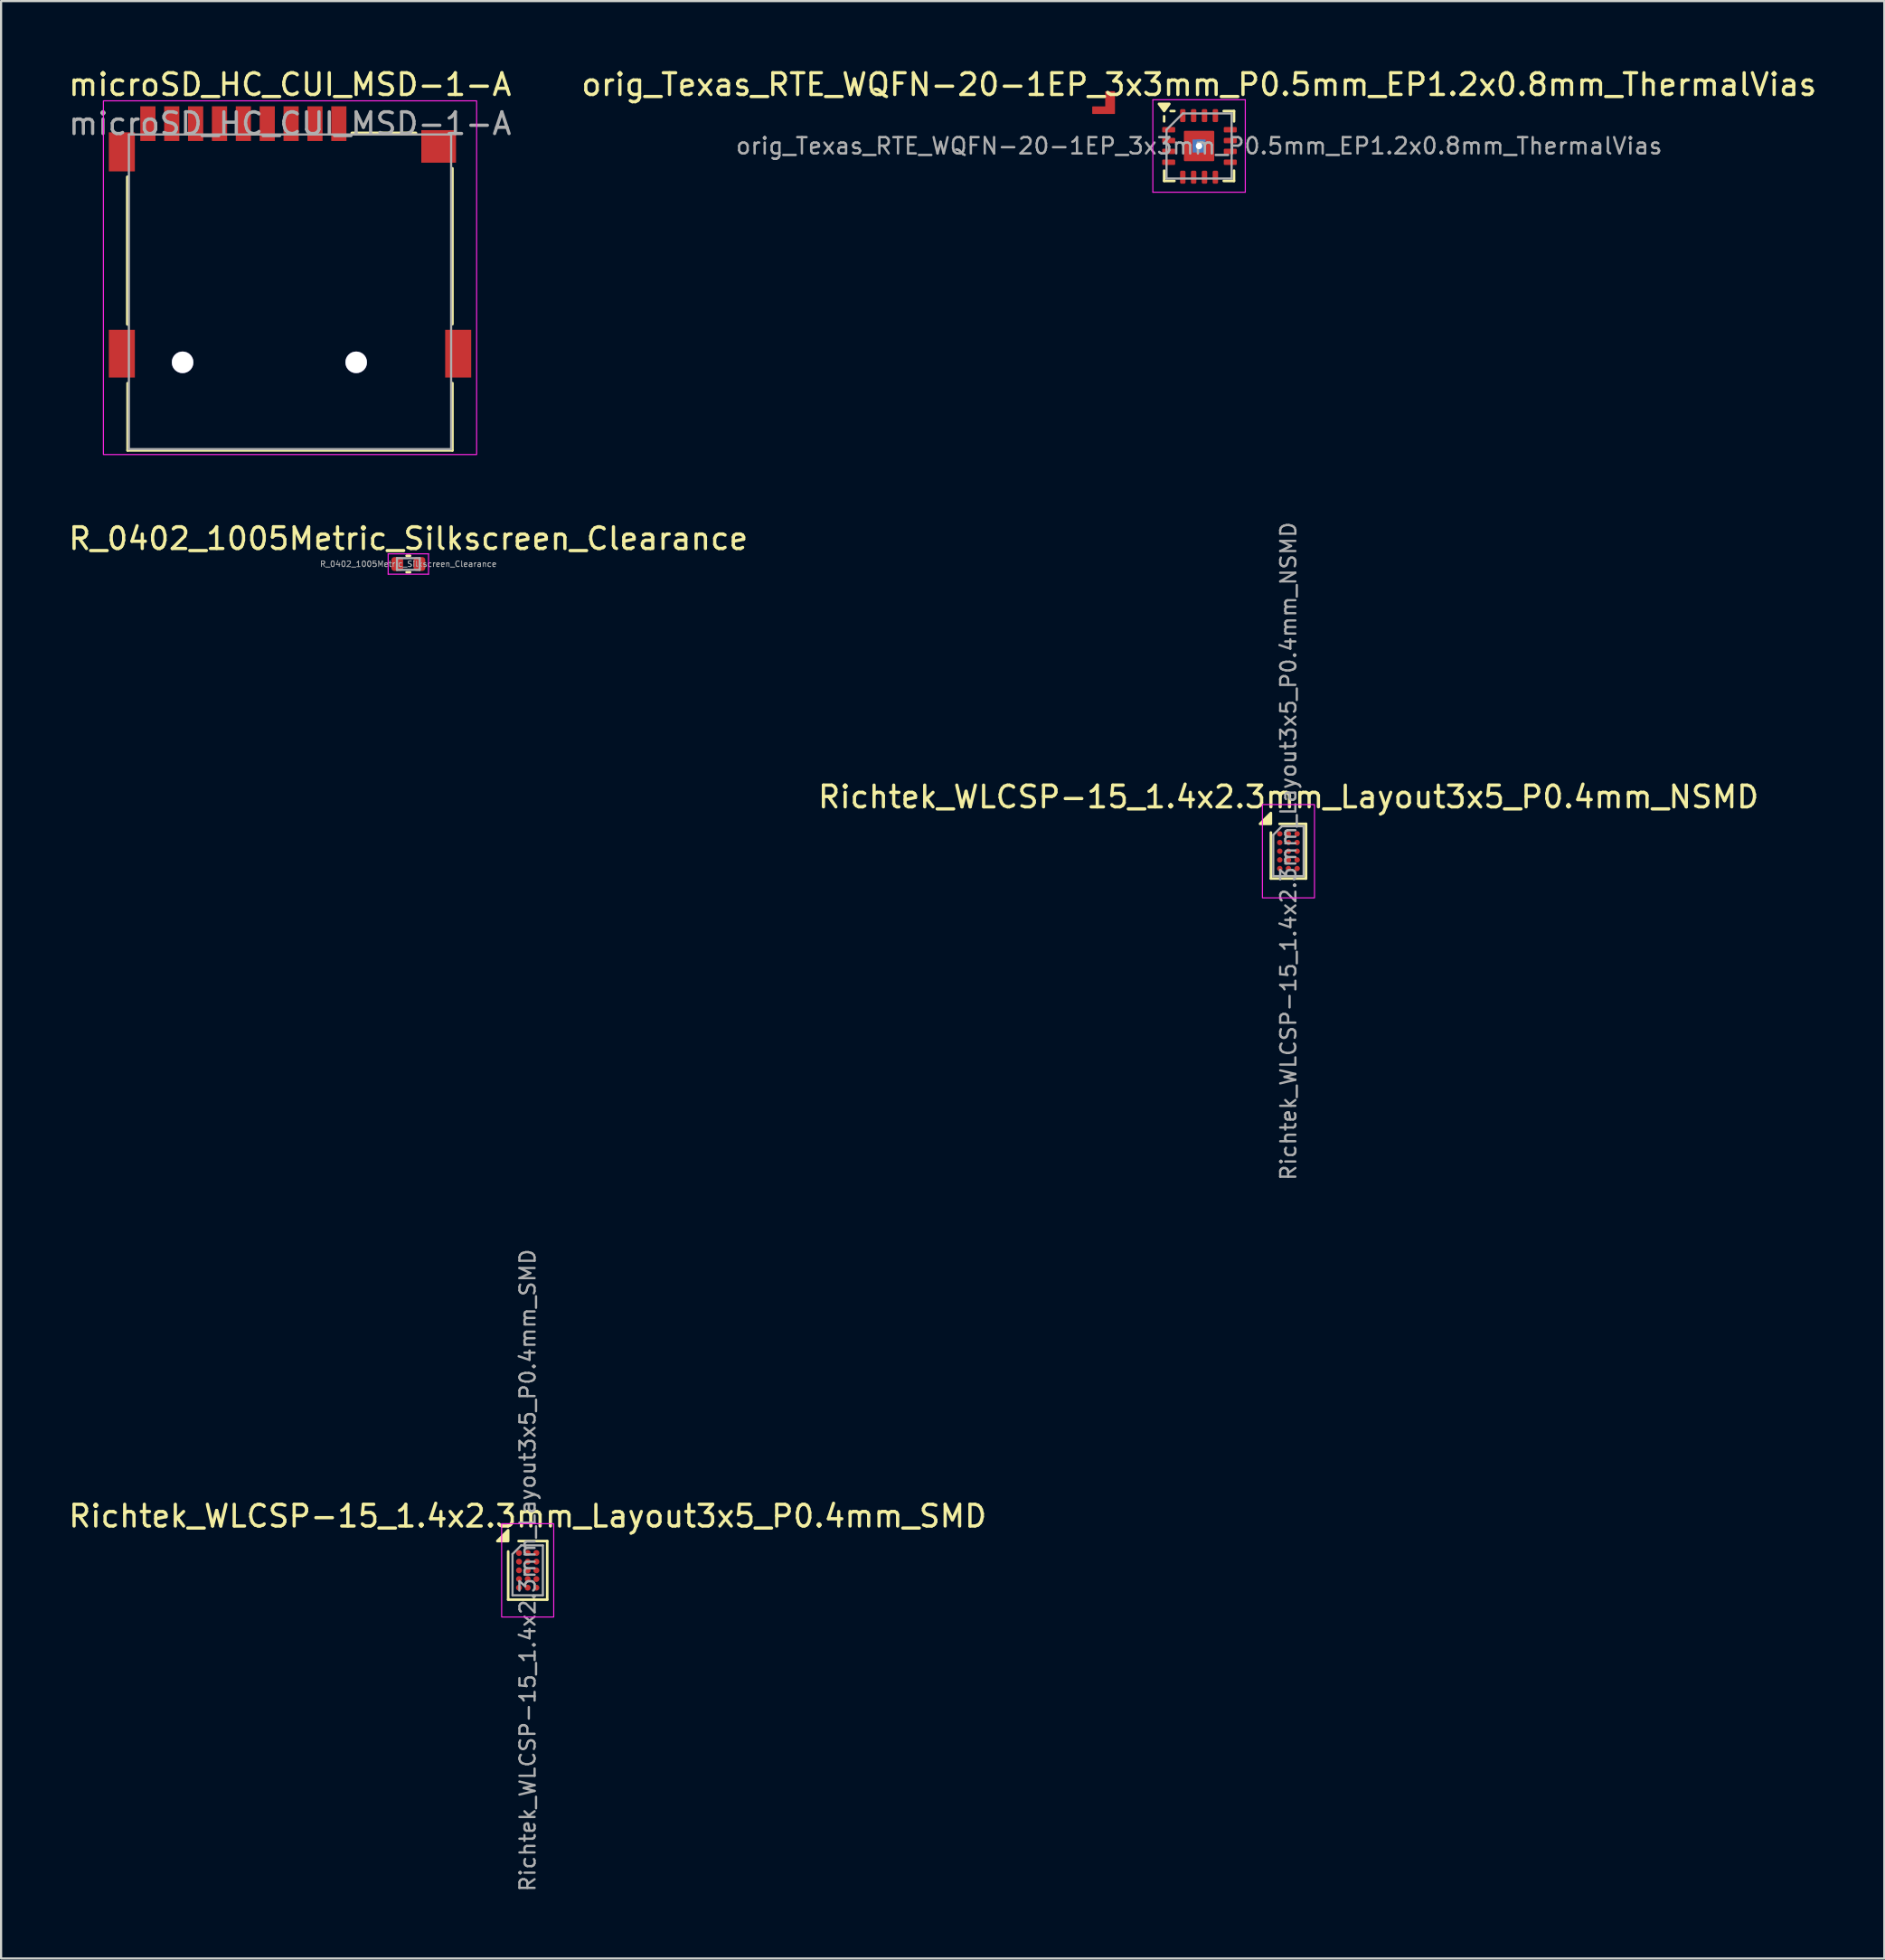
<source format=kicad_pcb>
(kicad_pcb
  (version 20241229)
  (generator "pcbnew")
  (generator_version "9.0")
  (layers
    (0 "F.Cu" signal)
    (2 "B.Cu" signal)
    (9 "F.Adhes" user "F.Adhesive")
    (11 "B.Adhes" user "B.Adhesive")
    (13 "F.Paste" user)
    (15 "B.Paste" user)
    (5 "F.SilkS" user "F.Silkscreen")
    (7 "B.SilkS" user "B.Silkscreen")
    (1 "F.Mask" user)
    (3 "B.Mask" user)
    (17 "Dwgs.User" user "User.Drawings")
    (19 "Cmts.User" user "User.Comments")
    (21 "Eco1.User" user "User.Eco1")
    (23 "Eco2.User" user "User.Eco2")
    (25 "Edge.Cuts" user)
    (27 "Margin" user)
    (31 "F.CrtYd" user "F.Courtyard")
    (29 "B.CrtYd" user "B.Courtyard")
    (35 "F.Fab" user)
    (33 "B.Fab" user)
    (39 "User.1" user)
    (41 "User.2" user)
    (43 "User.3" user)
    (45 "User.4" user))
  (footprint "Richtek_WLCSP-15_1.4x2.3mm_Layout3x5_P0.4mm_NSMD"
    (layer "F.Cu")
    (at 56.327 36.177)
    (property "Reference" "Richtek_WLCSP-15_1.4x2.3mm_Layout3x5_P0.4mm_NSMD" (at 0 -2.5 0) (layer "F.SilkS") (effects (font (size 1 1) (thickness 0.15))))
    (attr smd)
    (fp_line (start -0.81 1.26) (end -0.81 -0.86) (stroke (width 0.12) (type solid)) (layer "F.SilkS"))
    (fp_line (start -0.81 1.26) (end 0.81 1.26) (stroke (width 0.12) (type solid)) (layer "F.SilkS"))
    (fp_line (start -0.41 -1.26) (end 0.81 -1.26) (stroke (width 0.12) (type solid)) (layer "F.SilkS"))
    (fp_line (start 0.81 -1.26) (end 0.81 1.26) (stroke (width 0.12) (type solid)) (layer "F.SilkS"))
    (fp_poly (pts (xy -0.81 -1.26) (xy -1.31 -1.26) (xy -0.81 -1.76) (xy -0.81 -1.26)) (stroke (width 0.12) (type solid)) (fill yes) (layer "F.SilkS"))
    (fp_rect (start -1.2 -2.15) (end 1.2 2.15) (stroke (width 0.05) (type default)) (fill no) (layer "F.CrtYd"))
    (fp_line (start -0.7 -0.75) (end -0.3 -1.15) (stroke (width 0.1) (type solid)) (layer "F.Fab"))
    (fp_line (start -0.7 1.15) (end -0.7 -0.75) (stroke (width 0.1) (type solid)) (layer "F.Fab"))
    (fp_line (start -0.7 1.15) (end 0.7 1.15) (stroke (width 0.1) (type solid)) (layer "F.Fab"))
    (fp_line (start -0.3 -1.15) (end 0.7 -1.15) (stroke (width 0.1) (type solid)) (layer "F.Fab"))
    (fp_line (start 0.7 -1.15) (end 0.7 1.15) (stroke (width 0.1) (type solid)) (layer "F.Fab"))
    (fp_text user "${REFERENCE}" (at 0 0 270) (layer "F.Fab") (effects (font (size 0.7 0.7) (thickness 0.105))))
    (pad "A1" smd circle (at -0.4 -0.8) (size 0.25 0.25) (property pad_prop_bga) (layers "F.Cu" "F.Mask" "F.Paste"))
    (pad "A2" smd circle (at 0 -0.8) (size 0.25 0.25) (property pad_prop_bga) (layers "F.Cu" "F.Mask" "F.Paste"))
    (pad "A3" smd circle (at 0.4 -0.8) (size 0.25 0.25) (property pad_prop_bga) (layers "F.Cu" "F.Mask" "F.Paste"))
    (pad "B1" smd circle (at -0.4 -0.4) (size 0.25 0.25) (property pad_prop_bga) (layers "F.Cu" "F.Mask" "F.Paste"))
    (pad "B2" smd circle (at 0 -0.4) (size 0.25 0.25) (property pad_prop_bga) (layers "F.Cu" "F.Mask" "F.Paste"))
    (pad "B3" smd circle (at 0.4 -0.4) (size 0.25 0.25) (property pad_prop_bga) (layers "F.Cu" "F.Mask" "F.Paste"))
    (pad "C1" smd circle (at -0.4 0) (size 0.25 0.25) (property pad_prop_bga) (layers "F.Cu" "F.Mask" "F.Paste"))
    (pad "C2" smd circle (at 0 0) (size 0.25 0.25) (property pad_prop_bga) (layers "F.Cu" "F.Mask" "F.Paste"))
    (pad "C3" smd circle (at 0.4 0) (size 0.25 0.25) (property pad_prop_bga) (layers "F.Cu" "F.Mask" "F.Paste"))
    (pad "D1" smd circle (at -0.4 0.4) (size 0.25 0.25) (property pad_prop_bga) (layers "F.Cu" "F.Mask" "F.Paste"))
    (pad "D2" smd circle (at 0 0.4) (size 0.25 0.25) (property pad_prop_bga) (layers "F.Cu" "F.Mask" "F.Paste"))
    (pad "D3" smd circle (at 0.4 0.4) (size 0.25 0.25) (property pad_prop_bga) (layers "F.Cu" "F.Mask" "F.Paste"))
    (pad "E1" smd circle (at -0.4 0.8) (size 0.25 0.25) (property pad_prop_bga) (layers "F.Cu" "F.Mask" "F.Paste"))
    (pad "E2" smd circle (at 0 0.8) (size 0.25 0.25) (property pad_prop_bga) (layers "F.Cu" "F.Mask" "F.Paste"))
    (pad "E3" smd circle (at 0.4 0.8) (size 0.25 0.25) (property pad_prop_bga) (layers "F.Cu" "F.Mask" "F.Paste")))
  (footprint "Richtek_WLCSP-15_1.4x2.3mm_Layout3x5_P0.4mm_SMD"
    (layer "F.Cu")
    (at 21.268 69.319)
    (property "Reference" "Richtek_WLCSP-15_1.4x2.3mm_Layout3x5_P0.4mm_SMD" (at 0 -2.5 0) (layer "F.SilkS") (effects (font (size 1 1) (thickness 0.15))))
    (attr smd)
    (fp_line (start -0.9 1.35) (end -0.9 -0.87) (stroke (width 0.12) (type solid)) (layer "F.SilkS"))
    (fp_line (start -0.9 1.35) (end 0.9 1.35) (stroke (width 0.12) (type solid)) (layer "F.SilkS"))
    (fp_line (start -0.42 -1.35) (end 0.9 -1.35) (stroke (width 0.12) (type solid)) (layer "F.SilkS"))
    (fp_line (start 0.9 -1.35) (end 0.9 1.35) (stroke (width 0.12) (type solid)) (layer "F.SilkS"))
    (fp_poly (pts (xy -0.9 -1.35) (xy -1.4 -1.35) (xy -0.9 -1.85) (xy -0.9 -1.35)) (stroke (width 0.12) (type solid)) (fill yes) (layer "F.SilkS"))
    (fp_rect (start -1.2 -2.15) (end 1.2 2.15) (stroke (width 0.05) (type default)) (fill no) (layer "F.CrtYd"))
    (fp_line (start -0.7 -0.75) (end -0.3 -1.15) (stroke (width 0.1) (type solid)) (layer "F.Fab"))
    (fp_line (start -0.7 1.15) (end -0.7 -0.75) (stroke (width 0.1) (type solid)) (layer "F.Fab"))
    (fp_line (start -0.7 1.15) (end 0.7 1.15) (stroke (width 0.1) (type solid)) (layer "F.Fab"))
    (fp_line (start -0.3 -1.15) (end 0.7 -1.15) (stroke (width 0.1) (type solid)) (layer "F.Fab"))
    (fp_line (start 0.7 -1.15) (end 0.7 1.15) (stroke (width 0.1) (type solid)) (layer "F.Fab"))
    (fp_text user "${REFERENCE}" (at 0 0 270) (layer "F.Fab") (effects (font (size 0.7 0.7) (thickness 0.105))))
    (pad "A1" smd circle (at -0.4 -0.8) (size 0.275 0.275) (property pad_prop_bga) (layers "F.Cu" "F.Mask" "F.Paste"))
    (pad "A2" smd circle (at 0 -0.8) (size 0.275 0.275) (property pad_prop_bga) (layers "F.Cu" "F.Mask" "F.Paste"))
    (pad "A3" smd circle (at 0.4 -0.8) (size 0.275 0.275) (property pad_prop_bga) (layers "F.Cu" "F.Mask" "F.Paste"))
    (pad "B1" smd circle (at -0.4 -0.4) (size 0.275 0.275) (property pad_prop_bga) (layers "F.Cu" "F.Mask" "F.Paste"))
    (pad "B2" smd circle (at 0 -0.4) (size 0.275 0.275) (property pad_prop_bga) (layers "F.Cu" "F.Mask" "F.Paste"))
    (pad "B3" smd circle (at 0.4 -0.4) (size 0.275 0.275) (property pad_prop_bga) (layers "F.Cu" "F.Mask" "F.Paste"))
    (pad "C1" smd circle (at -0.4 0) (size 0.275 0.275) (property pad_prop_bga) (layers "F.Cu" "F.Mask" "F.Paste"))
    (pad "C2" smd circle (at 0 0) (size 0.275 0.275) (property pad_prop_bga) (layers "F.Cu" "F.Mask" "F.Paste"))
    (pad "C3" smd circle (at 0.4 0) (size 0.275 0.275) (property pad_prop_bga) (layers "F.Cu" "F.Mask" "F.Paste"))
    (pad "D1" smd circle (at -0.4 0.4) (size 0.275 0.275) (property pad_prop_bga) (layers "F.Cu" "F.Mask" "F.Paste"))
    (pad "D2" smd circle (at 0 0.4) (size 0.275 0.275) (property pad_prop_bga) (layers "F.Cu" "F.Mask" "F.Paste"))
    (pad "D3" smd circle (at 0.4 0.4) (size 0.275 0.275) (property pad_prop_bga) (layers "F.Cu" "F.Mask" "F.Paste"))
    (pad "E1" smd circle (at -0.4 0.8) (size 0.275 0.275) (property pad_prop_bga) (layers "F.Cu" "F.Mask" "F.Paste"))
    (pad "E2" smd circle (at 0 0.8) (size 0.275 0.275) (property pad_prop_bga) (layers "F.Cu" "F.Mask" "F.Paste"))
    (pad "E3" smd circle (at 0.4 0.8) (size 0.275 0.275) (property pad_prop_bga) (layers "F.Cu" "F.Mask" "F.Paste")))
  (footprint "orig_Texas_RTE_WQFN-20-1EP_3x3mm_P0.5mm_EP1.2x0.8mm_ThermalVias"
    (layer "F.Cu")
    (at 52.208 3.678)
    (property "Reference" "orig_Texas_RTE_WQFN-20-1EP_3x3mm_P0.5mm_EP1.2x0.8mm_ThermalVias" (at 0 -2.83 0) (layer "F.SilkS") (effects (font (size 1 1) (thickness 0.15))))
    (attr smd)
    (fp_line (start -1.61 -1.135) (end -1.61 -1.37) (stroke (width 0.12) (type solid)) (layer "F.SilkS"))
    (fp_line (start -1.61 1.61) (end -1.61 1.135) (stroke (width 0.12) (type solid)) (layer "F.SilkS"))
    (fp_line (start -1.135 -1.61) (end -1.31 -1.61) (stroke (width 0.12) (type solid)) (layer "F.SilkS"))
    (fp_line (start -1.135 1.61) (end -1.61 1.61) (stroke (width 0.12) (type solid)) (layer "F.SilkS"))
    (fp_line (start 1.135 -1.61) (end 1.61 -1.61) (stroke (width 0.12) (type solid)) (layer "F.SilkS"))
    (fp_line (start 1.135 1.61) (end 1.61 1.61) (stroke (width 0.12) (type solid)) (layer "F.SilkS"))
    (fp_line (start 1.61 -1.61) (end 1.61 -1.135) (stroke (width 0.12) (type solid)) (layer "F.SilkS"))
    (fp_line (start 1.61 1.61) (end 1.61 1.135) (stroke (width 0.12) (type solid)) (layer "F.SilkS"))
    (fp_poly (pts (xy -1.61 -1.61) (xy -1.85 -1.94) (xy -1.37 -1.94) (xy -1.61 -1.61)) (stroke (width 0.12) (type solid)) (fill yes) (layer "F.SilkS"))
    (fp_line (start -2.13 -2.13) (end -2.13 2.13) (stroke (width 0.05) (type solid)) (layer "F.CrtYd"))
    (fp_line (start -2.13 2.13) (end 2.13 2.13) (stroke (width 0.05) (type solid)) (layer "F.CrtYd"))
    (fp_line (start 2.13 -2.13) (end -2.13 -2.13) (stroke (width 0.05) (type solid)) (layer "F.CrtYd"))
    (fp_line (start 2.13 2.13) (end 2.13 -2.13) (stroke (width 0.05) (type solid)) (layer "F.CrtYd"))
    (fp_line (start -1.5 -0.75) (end -0.75 -1.5) (stroke (width 0.1) (type solid)) (layer "F.Fab"))
    (fp_line (start -1.5 1.5) (end -1.5 -0.75) (stroke (width 0.1) (type solid)) (layer "F.Fab"))
    (fp_line (start -0.75 -1.5) (end 1.5 -1.5) (stroke (width 0.1) (type solid)) (layer "F.Fab"))
    (fp_line (start 1.5 -1.5) (end 1.5 1.5) (stroke (width 0.1) (type solid)) (layer "F.Fab"))
    (fp_line (start 1.5 1.5) (end -1.5 1.5) (stroke (width 0.1) (type solid)) (layer "F.Fab"))
    (fp_text user "${REFERENCE}" (at 0 0 0) (layer "F.Fab") (effects (font (size 0.75 0.75) (thickness 0.11))))
    (pad "" smd roundrect (at -0.34 -0.23) (size 0.5 0.33) (layers "F.Paste") (roundrect_rratio 0.25))
    (pad "" smd roundrect (at -0.34 0.23) (size 0.5 0.33) (layers "F.Paste") (roundrect_rratio 0.25))
    (pad "" smd roundrect (at 0.34 -0.23) (size 0.5 0.33) (layers "F.Paste") (roundrect_rratio 0.25))
    (pad "" smd roundrect (at 0.34 0.23) (size 0.5 0.33) (layers "F.Paste") (roundrect_rratio 0.25))
    (pad "1" smd roundrect (at -1.4 -0.75) (size 0.6 0.25) (layers "F.Cu" "F.Mask" "F.Paste") (roundrect_rratio 0.2))
    (pad "2" smd roundrect (at -1.4 -0.25) (size 0.6 0.25) (layers "F.Cu" "F.Mask" "F.Paste") (roundrect_rratio 0.2))
    (pad "3" smd roundrect (at -1.4 0.25) (size 0.6 0.25) (layers "F.Cu" "F.Mask" "F.Paste") (roundrect_rratio 0.2))
    (pad "4" smd roundrect (at -1.4 0.75) (size 0.6 0.25) (layers "F.Cu" "F.Mask" "F.Paste") (roundrect_rratio 0.2))
    (pad "5" smd roundrect (at -0.75 1.438) (size 0.25 0.6) (layers "F.Cu" "F.Mask" "F.Paste") (roundrect_rratio 0.25))
    (pad "6" smd roundrect (at -0.25 1.438) (size 0.25 0.6) (layers "F.Cu" "F.Mask" "F.Paste") (roundrect_rratio 0.25))
    (pad "7" smd roundrect (at 0.25 1.438) (size 0.25 0.6) (layers "F.Cu" "F.Mask" "F.Paste") (roundrect_rratio 0.25))
    (pad "8" smd roundrect (at 0.75 1.438) (size 0.25 0.6) (layers "F.Cu" "F.Mask" "F.Paste") (roundrect_rratio 0.25))
    (pad "9" smd roundrect (at 1.438 0.75) (size 0.6 0.25) (layers "F.Cu" "F.Mask" "F.Paste") (roundrect_rratio 0.2))
    (pad "10" smd roundrect (at 1.438 0.25) (size 0.6 0.25) (layers "F.Cu" "F.Mask" "F.Paste") (roundrect_rratio 0.2))
    (pad "11" smd roundrect (at 1.438 -0.25) (size 0.6 0.25) (layers "F.Cu" "F.Mask" "F.Paste") (roundrect_rratio 0.2))
    (pad "12" smd roundrect (at 1.438 -0.75) (size 0.6 0.25) (layers "F.Cu" "F.Mask" "F.Paste") (roundrect_rratio 0.2))
    (pad "13" smd roundrect (at 0.75 -1.4) (size 0.25 0.6) (layers "F.Cu" "F.Mask" "F.Paste") (roundrect_rratio 0.25))
    (pad "14" smd roundrect (at 0.25 -1.4) (size 0.25 0.6) (layers "F.Cu" "F.Mask" "F.Paste") (roundrect_rratio 0.25))
    (pad "15" smd roundrect (at -0.25 -1.4) (size 0.25 0.6) (layers "F.Cu" "F.Mask" "F.Paste") (roundrect_rratio 0.25))
    (pad "16" smd roundrect (at -0.75 -1.4) (size 0.25 0.6) (layers "F.Cu" "F.Mask" "F.Paste") (roundrect_rratio 0.25))
    (pad "17" thru_hole circle (at 0 0) (size 0.6 0.6) (drill 0.3) (property pad_prop_heatsink) (layers "*.Cu"))
    (pad "17" smd rect (at 0 0) (size 0.6 0.6) (property pad_prop_heatsink) (layers "B.Cu"))
    (pad "17" smd roundrect (at 0 0) (size 1.4 1.4) (property pad_prop_heatsink) (layers "F.Cu" "F.Mask") (roundrect_rratio 0.036))
    (pad "18" smd custom (at -4.1 -2) (size 0.25 0.6) (layers "F.Cu" "F.Mask" "F.Paste") (options (anchor rect)) (primitives (gr_poly (pts (xy 0.2 0.5) (xy 0.2 -0.5) (xy -0.2 -0.5) (xy -0.2 0.2) (xy -0.8 0.2) (xy -0.8 0.5)) (width 0.05) (fill yes)))))
  (footprint "microSD_HC_CUI_MSD-1-A"
    (layer "F.Cu")
    (at 10.315 13.648)
    (property "Reference" "microSD_HC_CUI_MSD-1-A" (at 0 -12.8 0) (layer "F.SilkS") (effects (font (size 1 1) (thickness 0.15))))
    (attr smd)
    (fp_line (start -7.485 -1.76) (end -7.485 -8.54) (stroke (width 0.152) (type solid)) (layer "F.SilkS"))
    (fp_line (start -7.485 4.06) (end -7.485 0.96) (stroke (width 0.12) (type solid)) (layer "F.SilkS"))
    (fp_line (start 2.86 -10.56) (end 5.79 -10.56) (stroke (width 0.152) (type solid)) (layer "F.SilkS"))
    (fp_line (start 7.485 -8.94) (end 7.485 -1.76) (stroke (width 0.12) (type solid)) (layer "F.SilkS"))
    (fp_line (start 7.485 0.96) (end 7.485 4.06) (stroke (width 0.12) (type solid)) (layer "F.SilkS"))
    (fp_line (start 7.485 4.06) (end -7.485 4.06) (stroke (width 0.12) (type solid)) (layer "F.SilkS"))
    (fp_rect (start -8.6 -12.05) (end 8.6 4.25) (stroke (width 0.05) (type default)) (fill no) (layer "F.CrtYd"))
    (fp_line (start -7.425 -10.5) (end -7.425 4) (stroke (width 0.1) (type solid)) (layer "F.Fab"))
    (fp_line (start -7.425 4) (end 7.425 4) (stroke (width 0.1) (type solid)) (layer "F.Fab"))
    (fp_line (start 7.425 -10.5) (end -7.425 -10.5) (stroke (width 0.1) (type solid)) (layer "F.Fab"))
    (fp_line (start 7.425 4) (end 7.425 -10.5) (stroke (width 0.1) (type solid)) (layer "F.Fab"))
    (fp_text user "${REFERENCE}" (at 0.000008 -11 0) (unlocked yes) (layer "F.Fab") (effects (font (size 1 1) (thickness 0.15))))
    (pad "" np_thru_hole circle (at -4.95 0) (size 1 1) (drill 0.991) (layers "*.Cu" "*.Mask"))
    (pad "" np_thru_hole circle (at 3.05 0) (size 1 1) (drill 0.991) (layers "*.Cu" "*.Mask"))
    (pad "1" smd rect (at 2.25 -11) (size 0.7 1.6) (layers "F.Cu" "F.Mask" "F.Paste"))
    (pad "2" smd rect (at 1.15 -11) (size 0.7 1.6) (layers "F.Cu" "F.Mask" "F.Paste"))
    (pad "3" smd rect (at 0.05 -11) (size 0.7 1.6) (layers "F.Cu" "F.Mask" "F.Paste"))
    (pad "4" smd rect (at -1.05 -11) (size 0.7 1.6) (layers "F.Cu" "F.Mask" "F.Paste"))
    (pad "5" smd rect (at -2.15 -11) (size 0.7 1.6) (layers "F.Cu" "F.Mask" "F.Paste"))
    (pad "6" smd rect (at -3.25 -11) (size 0.7 1.6) (layers "F.Cu" "F.Mask" "F.Paste"))
    (pad "7" smd rect (at -4.35 -11) (size 0.7 1.6) (layers "F.Cu" "F.Mask" "F.Paste"))
    (pad "8" smd rect (at -5.45 -11) (size 0.7 1.6) (layers "F.Cu" "F.Mask" "F.Paste"))
    (pad "9" smd rect (at -6.55 -11) (size 0.7 1.6) (layers "F.Cu" "F.Mask" "F.Paste"))
    (pad "10" smd rect (at -7.75 -9.7) (size 1.2 1.8) (layers "F.Cu" "F.Mask" "F.Paste"))
    (pad "10" smd rect (at -7.75 -0.4) (size 1.2 2.2) (layers "F.Cu" "F.Mask" "F.Paste"))
    (pad "10" smd rect (at 6.85 -9.95) (size 1.6 1.5) (layers "F.Cu" "F.Mask" "F.Paste"))
    (pad "10" smd rect (at 7.75 -0.4) (size 1.2 2.2) (layers "F.Cu" "F.Mask" "F.Paste")))
  (footprint "R_0402_1005Metric_Silkscreen_Clearance"
    (layer "F.Cu")
    (at 15.768 22.942)
    (property "Reference" "R_0402_1005Metric_Silkscreen_Clearance" (at 0 -1.17 0) (layer "F.SilkS") (effects (font (size 1 1) (thickness 0.15))))
    (attr smd)
    (fp_line (start -0.08 -0.38) (end 0.08 -0.38) (stroke (width 0.12) (type solid)) (layer "F.SilkS"))
    (fp_line (start -0.08 0.38) (end 0.08 0.38) (stroke (width 0.12) (type solid)) (layer "F.SilkS"))
    (fp_line (start -0.93 -0.47) (end 0.93 -0.47) (stroke (width 0.05) (type solid)) (layer "F.CrtYd"))
    (fp_line (start -0.93 0.47) (end -0.93 -0.47) (stroke (width 0.05) (type solid)) (layer "F.CrtYd"))
    (fp_line (start 0.93 -0.47) (end 0.93 0.47) (stroke (width 0.05) (type solid)) (layer "F.CrtYd"))
    (fp_line (start 0.93 0.47) (end -0.93 0.47) (stroke (width 0.05) (type solid)) (layer "F.CrtYd"))
    (fp_line (start -0.525 -0.27) (end 0.525 -0.27) (stroke (width 0.1) (type solid)) (layer "F.Fab"))
    (fp_line (start -0.525 0.27) (end -0.525 -0.27) (stroke (width 0.1) (type solid)) (layer "F.Fab"))
    (fp_line (start 0.525 -0.27) (end 0.525 0.27) (stroke (width 0.1) (type solid)) (layer "F.Fab"))
    (fp_line (start 0.525 0.27) (end -0.525 0.27) (stroke (width 0.1) (type solid)) (layer "F.Fab"))
    (fp_text user "${REFERENCE}" (at 0 0 0) (layer "F.Fab") (effects (font (size 0.26 0.26) (thickness 0.04))))
    (pad "1" smd roundrect (at -0.51 0) (size 0.54 0.64) (layers "F.Cu" "F.Mask" "F.Paste") (roundrect_rratio 0.25))
    (pad "2" smd roundrect (at 0.51 0) (size 0.54 0.64) (layers "F.Cu" "F.Mask" "F.Paste") (roundrect_rratio 0.25)))
  (gr_rect
    (start -3 -3)
    (end 83.786 87.207)
    (stroke (width 0.1) (type default))
    (fill no)
    (layer "Edge.Cuts")))
</source>
